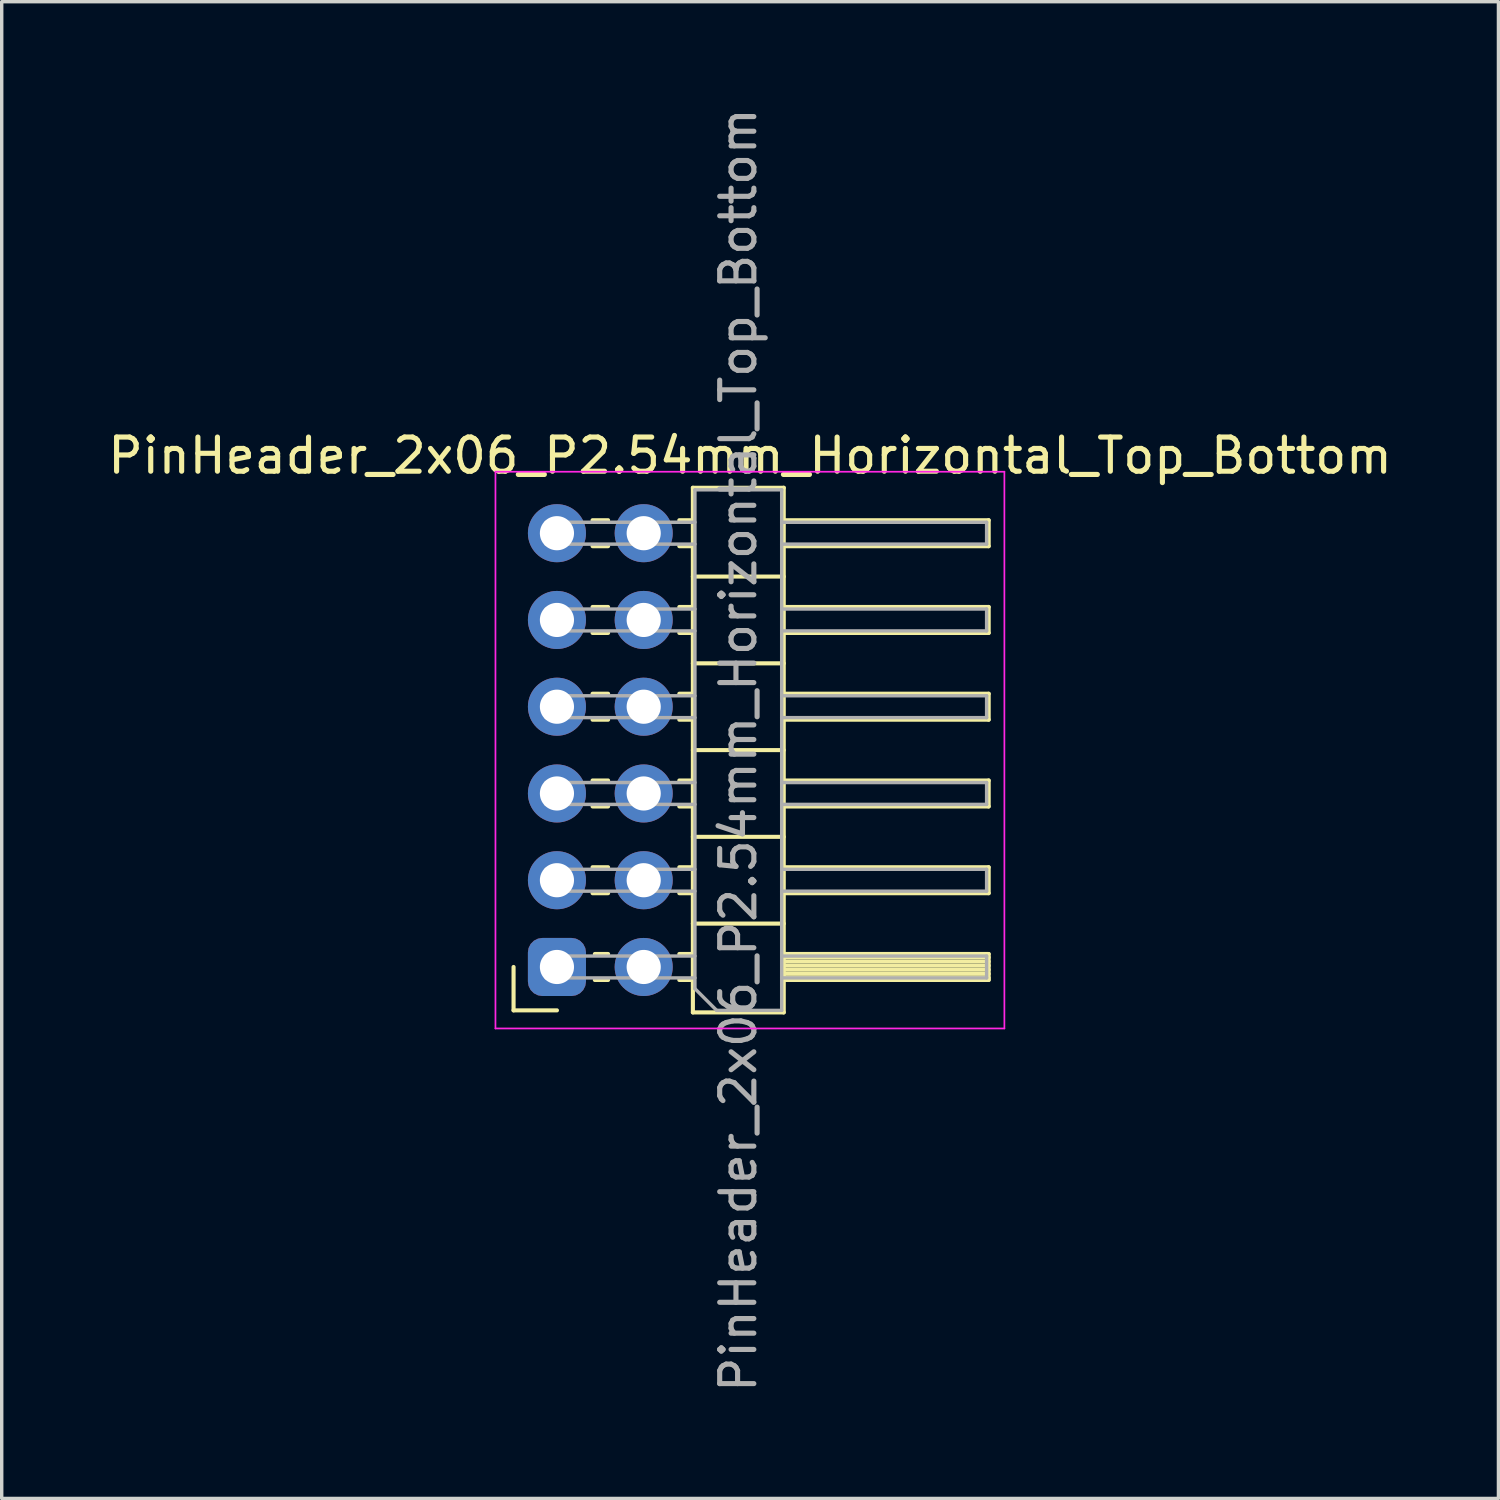
<source format=kicad_pcb>
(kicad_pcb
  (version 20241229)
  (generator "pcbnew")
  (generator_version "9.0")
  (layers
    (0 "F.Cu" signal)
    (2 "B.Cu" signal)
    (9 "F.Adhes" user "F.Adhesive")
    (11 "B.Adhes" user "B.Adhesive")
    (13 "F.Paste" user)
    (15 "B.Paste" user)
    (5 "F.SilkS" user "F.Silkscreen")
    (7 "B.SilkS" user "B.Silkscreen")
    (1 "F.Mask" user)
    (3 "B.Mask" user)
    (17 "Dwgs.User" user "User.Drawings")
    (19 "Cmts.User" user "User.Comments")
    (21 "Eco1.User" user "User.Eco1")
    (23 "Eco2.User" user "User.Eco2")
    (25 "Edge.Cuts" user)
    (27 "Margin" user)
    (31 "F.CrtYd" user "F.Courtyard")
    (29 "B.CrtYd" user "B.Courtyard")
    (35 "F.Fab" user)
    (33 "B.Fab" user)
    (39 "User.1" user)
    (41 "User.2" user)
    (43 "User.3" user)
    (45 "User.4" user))
  (footprint "PinHeader_2x06_P2.54mm_Horizontal_Top_Bottom"
    (layer "F.Cu")
    (at 13.256 25.261)
    (property "Reference" "PinHeader_2x06_P2.54mm_Horizontal_Top_Bottom" (at 5.655 -14.97 0) (layer "F.SilkS") (effects (font (size 1 1) (thickness 0.15))))
    (attr through_hole)
    (fp_line (start -1.27 0) (end -1.27 1.27) (stroke (width 0.12) (type solid)) (layer "F.SilkS"))
    (fp_line (start -1.27 1.27) (end 0 1.27) (stroke (width 0.12) (type solid)) (layer "F.SilkS"))
    (fp_line (start 1.043 -13.08) (end 1.497 -13.08) (stroke (width 0.12) (type solid)) (layer "F.SilkS"))
    (fp_line (start 1.043 -12.32) (end 1.497 -12.32) (stroke (width 0.12) (type solid)) (layer "F.SilkS"))
    (fp_line (start 1.043 -10.54) (end 1.497 -10.54) (stroke (width 0.12) (type solid)) (layer "F.SilkS"))
    (fp_line (start 1.043 -9.78) (end 1.497 -9.78) (stroke (width 0.12) (type solid)) (layer "F.SilkS"))
    (fp_line (start 1.043 -8) (end 1.497 -8) (stroke (width 0.12) (type solid)) (layer "F.SilkS"))
    (fp_line (start 1.043 -7.24) (end 1.497 -7.24) (stroke (width 0.12) (type solid)) (layer "F.SilkS"))
    (fp_line (start 1.043 -5.46) (end 1.497 -5.46) (stroke (width 0.12) (type solid)) (layer "F.SilkS"))
    (fp_line (start 1.043 -4.7) (end 1.497 -4.7) (stroke (width 0.12) (type solid)) (layer "F.SilkS"))
    (fp_line (start 1.043 -2.92) (end 1.497 -2.92) (stroke (width 0.12) (type solid)) (layer "F.SilkS"))
    (fp_line (start 1.043 -2.16) (end 1.497 -2.16) (stroke (width 0.12) (type solid)) (layer "F.SilkS"))
    (fp_line (start 1.11 -0.38) (end 1.497 -0.38) (stroke (width 0.12) (type solid)) (layer "F.SilkS"))
    (fp_line (start 1.11 0.38) (end 1.497 0.38) (stroke (width 0.12) (type solid)) (layer "F.SilkS"))
    (fp_line (start 3.583 -13.08) (end 3.98 -13.08) (stroke (width 0.12) (type solid)) (layer "F.SilkS"))
    (fp_line (start 3.583 -12.32) (end 3.98 -12.32) (stroke (width 0.12) (type solid)) (layer "F.SilkS"))
    (fp_line (start 3.583 -10.54) (end 3.98 -10.54) (stroke (width 0.12) (type solid)) (layer "F.SilkS"))
    (fp_line (start 3.583 -9.78) (end 3.98 -9.78) (stroke (width 0.12) (type solid)) (layer "F.SilkS"))
    (fp_line (start 3.583 -8) (end 3.98 -8) (stroke (width 0.12) (type solid)) (layer "F.SilkS"))
    (fp_line (start 3.583 -7.24) (end 3.98 -7.24) (stroke (width 0.12) (type solid)) (layer "F.SilkS"))
    (fp_line (start 3.583 -5.46) (end 3.98 -5.46) (stroke (width 0.12) (type solid)) (layer "F.SilkS"))
    (fp_line (start 3.583 -4.7) (end 3.98 -4.7) (stroke (width 0.12) (type solid)) (layer "F.SilkS"))
    (fp_line (start 3.583 -2.92) (end 3.98 -2.92) (stroke (width 0.12) (type solid)) (layer "F.SilkS"))
    (fp_line (start 3.583 -2.16) (end 3.98 -2.16) (stroke (width 0.12) (type solid)) (layer "F.SilkS"))
    (fp_line (start 3.583 -0.38) (end 3.98 -0.38) (stroke (width 0.12) (type solid)) (layer "F.SilkS"))
    (fp_line (start 3.583 0.38) (end 3.98 0.38) (stroke (width 0.12) (type solid)) (layer "F.SilkS"))
    (fp_line (start 3.98 -14.03) (end 6.64 -14.03) (stroke (width 0.12) (type solid)) (layer "F.SilkS"))
    (fp_line (start 3.98 -11.43) (end 6.64 -11.43) (stroke (width 0.12) (type solid)) (layer "F.SilkS"))
    (fp_line (start 3.98 -8.89) (end 6.64 -8.89) (stroke (width 0.12) (type solid)) (layer "F.SilkS"))
    (fp_line (start 3.98 -6.35) (end 6.64 -6.35) (stroke (width 0.12) (type solid)) (layer "F.SilkS"))
    (fp_line (start 3.98 -3.81) (end 6.64 -3.81) (stroke (width 0.12) (type solid)) (layer "F.SilkS"))
    (fp_line (start 3.98 -1.27) (end 6.64 -1.27) (stroke (width 0.12) (type solid)) (layer "F.SilkS"))
    (fp_line (start 3.98 1.33) (end 3.98 -14.03) (stroke (width 0.12) (type solid)) (layer "F.SilkS"))
    (fp_line (start 6.64 -14.03) (end 6.64 1.33) (stroke (width 0.12) (type solid)) (layer "F.SilkS"))
    (fp_line (start 6.64 -12.32) (end 12.64 -12.32) (stroke (width 0.12) (type solid)) (layer "F.SilkS"))
    (fp_line (start 6.64 -9.78) (end 12.64 -9.78) (stroke (width 0.12) (type solid)) (layer "F.SilkS"))
    (fp_line (start 6.64 -7.24) (end 12.64 -7.24) (stroke (width 0.12) (type solid)) (layer "F.SilkS"))
    (fp_line (start 6.64 -4.7) (end 12.64 -4.7) (stroke (width 0.12) (type solid)) (layer "F.SilkS"))
    (fp_line (start 6.64 -2.16) (end 12.64 -2.16) (stroke (width 0.12) (type solid)) (layer "F.SilkS"))
    (fp_line (start 6.64 -0.28) (end 12.64 -0.28) (stroke (width 0.12) (type solid)) (layer "F.SilkS"))
    (fp_line (start 6.64 -0.16) (end 12.64 -0.16) (stroke (width 0.12) (type solid)) (layer "F.SilkS"))
    (fp_line (start 6.64 -0.04) (end 12.64 -0.04) (stroke (width 0.12) (type solid)) (layer "F.SilkS"))
    (fp_line (start 6.64 0.08) (end 12.64 0.08) (stroke (width 0.12) (type solid)) (layer "F.SilkS"))
    (fp_line (start 6.64 0.2) (end 12.64 0.2) (stroke (width 0.12) (type solid)) (layer "F.SilkS"))
    (fp_line (start 6.64 0.32) (end 12.64 0.32) (stroke (width 0.12) (type solid)) (layer "F.SilkS"))
    (fp_line (start 6.64 0.38) (end 12.64 0.38) (stroke (width 0.12) (type solid)) (layer "F.SilkS"))
    (fp_line (start 6.64 1.33) (end 3.98 1.33) (stroke (width 0.12) (type solid)) (layer "F.SilkS"))
    (fp_line (start 12.64 -13.08) (end 6.64 -13.08) (stroke (width 0.12) (type solid)) (layer "F.SilkS"))
    (fp_line (start 12.64 -12.32) (end 12.64 -13.08) (stroke (width 0.12) (type solid)) (layer "F.SilkS"))
    (fp_line (start 12.64 -10.54) (end 6.64 -10.54) (stroke (width 0.12) (type solid)) (layer "F.SilkS"))
    (fp_line (start 12.64 -9.78) (end 12.64 -10.54) (stroke (width 0.12) (type solid)) (layer "F.SilkS"))
    (fp_line (start 12.64 -8) (end 6.64 -8) (stroke (width 0.12) (type solid)) (layer "F.SilkS"))
    (fp_line (start 12.64 -7.24) (end 12.64 -8) (stroke (width 0.12) (type solid)) (layer "F.SilkS"))
    (fp_line (start 12.64 -5.46) (end 6.64 -5.46) (stroke (width 0.12) (type solid)) (layer "F.SilkS"))
    (fp_line (start 12.64 -4.7) (end 12.64 -5.46) (stroke (width 0.12) (type solid)) (layer "F.SilkS"))
    (fp_line (start 12.64 -2.92) (end 6.64 -2.92) (stroke (width 0.12) (type solid)) (layer "F.SilkS"))
    (fp_line (start 12.64 -2.16) (end 12.64 -2.92) (stroke (width 0.12) (type solid)) (layer "F.SilkS"))
    (fp_line (start 12.64 -0.38) (end 6.64 -0.38) (stroke (width 0.12) (type solid)) (layer "F.SilkS"))
    (fp_line (start 12.64 0.38) (end 12.64 -0.38) (stroke (width 0.12) (type solid)) (layer "F.SilkS"))
    (fp_line (start -1.8 -14.5) (end -1.8 1.8) (stroke (width 0.05) (type solid)) (layer "F.CrtYd"))
    (fp_line (start -1.8 1.8) (end 13.1 1.8) (stroke (width 0.05) (type solid)) (layer "F.CrtYd"))
    (fp_line (start 13.1 -14.5) (end -1.8 -14.5) (stroke (width 0.05) (type solid)) (layer "F.CrtYd"))
    (fp_line (start 13.1 1.8) (end 13.1 -14.5) (stroke (width 0.05) (type solid)) (layer "F.CrtYd"))
    (fp_line (start -0.32 -13.02) (end 4.04 -13.02) (stroke (width 0.1) (type solid)) (layer "F.Fab"))
    (fp_line (start -0.32 -12.38) (end -0.32 -13.02) (stroke (width 0.1) (type solid)) (layer "F.Fab"))
    (fp_line (start -0.32 -12.38) (end 4.04 -12.38) (stroke (width 0.1) (type solid)) (layer "F.Fab"))
    (fp_line (start -0.32 -10.48) (end 4.04 -10.48) (stroke (width 0.1) (type solid)) (layer "F.Fab"))
    (fp_line (start -0.32 -9.84) (end -0.32 -10.48) (stroke (width 0.1) (type solid)) (layer "F.Fab"))
    (fp_line (start -0.32 -9.84) (end 4.04 -9.84) (stroke (width 0.1) (type solid)) (layer "F.Fab"))
    (fp_line (start -0.32 -7.94) (end 4.04 -7.94) (stroke (width 0.1) (type solid)) (layer "F.Fab"))
    (fp_line (start -0.32 -7.3) (end -0.32 -7.94) (stroke (width 0.1) (type solid)) (layer "F.Fab"))
    (fp_line (start -0.32 -7.3) (end 4.04 -7.3) (stroke (width 0.1) (type solid)) (layer "F.Fab"))
    (fp_line (start -0.32 -5.4) (end 4.04 -5.4) (stroke (width 0.1) (type solid)) (layer "F.Fab"))
    (fp_line (start -0.32 -4.76) (end -0.32 -5.4) (stroke (width 0.1) (type solid)) (layer "F.Fab"))
    (fp_line (start -0.32 -4.76) (end 4.04 -4.76) (stroke (width 0.1) (type solid)) (layer "F.Fab"))
    (fp_line (start -0.32 -2.86) (end 4.04 -2.86) (stroke (width 0.1) (type solid)) (layer "F.Fab"))
    (fp_line (start -0.32 -2.22) (end -0.32 -2.86) (stroke (width 0.1) (type solid)) (layer "F.Fab"))
    (fp_line (start -0.32 -2.22) (end 4.04 -2.22) (stroke (width 0.1) (type solid)) (layer "F.Fab"))
    (fp_line (start -0.32 -0.32) (end 4.04 -0.32) (stroke (width 0.1) (type solid)) (layer "F.Fab"))
    (fp_line (start -0.32 0.32) (end -0.32 -0.32) (stroke (width 0.1) (type solid)) (layer "F.Fab"))
    (fp_line (start -0.32 0.32) (end 4.04 0.32) (stroke (width 0.1) (type solid)) (layer "F.Fab"))
    (fp_line (start 4.04 -13.97) (end 4.04 0.635) (stroke (width 0.1) (type solid)) (layer "F.Fab"))
    (fp_line (start 4.04 0.635) (end 4.675 1.27) (stroke (width 0.1) (type solid)) (layer "F.Fab"))
    (fp_line (start 4.675 1.27) (end 6.58 1.27) (stroke (width 0.1) (type solid)) (layer "F.Fab"))
    (fp_line (start 6.58 -13.97) (end 4.04 -13.97) (stroke (width 0.1) (type solid)) (layer "F.Fab"))
    (fp_line (start 6.58 -13.02) (end 12.58 -13.02) (stroke (width 0.1) (type solid)) (layer "F.Fab"))
    (fp_line (start 6.58 -12.38) (end 12.58 -12.38) (stroke (width 0.1) (type solid)) (layer "F.Fab"))
    (fp_line (start 6.58 -10.48) (end 12.58 -10.48) (stroke (width 0.1) (type solid)) (layer "F.Fab"))
    (fp_line (start 6.58 -9.84) (end 12.58 -9.84) (stroke (width 0.1) (type solid)) (layer "F.Fab"))
    (fp_line (start 6.58 -7.94) (end 12.58 -7.94) (stroke (width 0.1) (type solid)) (layer "F.Fab"))
    (fp_line (start 6.58 -7.3) (end 12.58 -7.3) (stroke (width 0.1) (type solid)) (layer "F.Fab"))
    (fp_line (start 6.58 -5.4) (end 12.58 -5.4) (stroke (width 0.1) (type solid)) (layer "F.Fab"))
    (fp_line (start 6.58 -4.76) (end 12.58 -4.76) (stroke (width 0.1) (type solid)) (layer "F.Fab"))
    (fp_line (start 6.58 -2.86) (end 12.58 -2.86) (stroke (width 0.1) (type solid)) (layer "F.Fab"))
    (fp_line (start 6.58 -2.22) (end 12.58 -2.22) (stroke (width 0.1) (type solid)) (layer "F.Fab"))
    (fp_line (start 6.58 -0.32) (end 12.58 -0.32) (stroke (width 0.1) (type solid)) (layer "F.Fab"))
    (fp_line (start 6.58 0.32) (end 12.58 0.32) (stroke (width 0.1) (type solid)) (layer "F.Fab"))
    (fp_line (start 6.58 1.27) (end 6.58 -13.97) (stroke (width 0.1) (type solid)) (layer "F.Fab"))
    (fp_line (start 12.58 -12.38) (end 12.58 -13.02) (stroke (width 0.1) (type solid)) (layer "F.Fab"))
    (fp_line (start 12.58 -9.84) (end 12.58 -10.48) (stroke (width 0.1) (type solid)) (layer "F.Fab"))
    (fp_line (start 12.58 -7.3) (end 12.58 -7.94) (stroke (width 0.1) (type solid)) (layer "F.Fab"))
    (fp_line (start 12.58 -4.76) (end 12.58 -5.4) (stroke (width 0.1) (type solid)) (layer "F.Fab"))
    (fp_line (start 12.58 -2.22) (end 12.58 -2.86) (stroke (width 0.1) (type solid)) (layer "F.Fab"))
    (fp_line (start 12.58 0.32) (end 12.58 -0.32) (stroke (width 0.1) (type solid)) (layer "F.Fab"))
    (fp_text user "${REFERENCE}" (at 5.31 -6.35 270) (layer "F.Fab") (effects (font (size 1 1) (thickness 0.15))))
    (pad "1" thru_hole roundrect (at 0 0 180) (size 1.7 1.7) (drill 1) (layers "*.Cu" "*.Mask") (roundrect_rratio 0.25))
    (pad "2" thru_hole oval (at 0 -2.54 180) (size 1.7 1.7) (drill 1) (layers "*.Cu" "*.Mask"))
    (pad "3" thru_hole oval (at 0 -5.08 180) (size 1.7 1.7) (drill 1) (layers "*.Cu" "*.Mask"))
    (pad "4" thru_hole oval (at 0 -7.62 180) (size 1.7 1.7) (drill 1) (layers "*.Cu" "*.Mask"))
    (pad "5" thru_hole oval (at 0 -10.16 180) (size 1.7 1.7) (drill 1) (layers "*.Cu" "*.Mask"))
    (pad "6" thru_hole oval (at 0 -12.7 180) (size 1.7 1.7) (drill 1) (layers "*.Cu" "*.Mask"))
    (pad "7" thru_hole oval (at 2.54 0 180) (size 1.7 1.7) (drill 1) (layers "*.Cu" "*.Mask"))
    (pad "8" thru_hole oval (at 2.54 -2.54 180) (size 1.7 1.7) (drill 1) (layers "*.Cu" "*.Mask"))
    (pad "9" thru_hole oval (at 2.54 -5.08 180) (size 1.7 1.7) (drill 1) (layers "*.Cu" "*.Mask"))
    (pad "10" thru_hole oval (at 2.54 -7.62 180) (size 1.7 1.7) (drill 1) (layers "*.Cu" "*.Mask"))
    (pad "11" thru_hole oval (at 2.54 -10.16 180) (size 1.7 1.7) (drill 1) (layers "*.Cu" "*.Mask"))
    (pad "12" thru_hole oval (at 2.54 -12.7 180) (size 1.7 1.7) (drill 1) (layers "*.Cu" "*.Mask")))
  (gr_rect
    (start -3 -3)
    (end 40.821 40.821)
    (stroke (width 0.1) (type default))
    (fill no)
    (layer "Edge.Cuts")))
</source>
